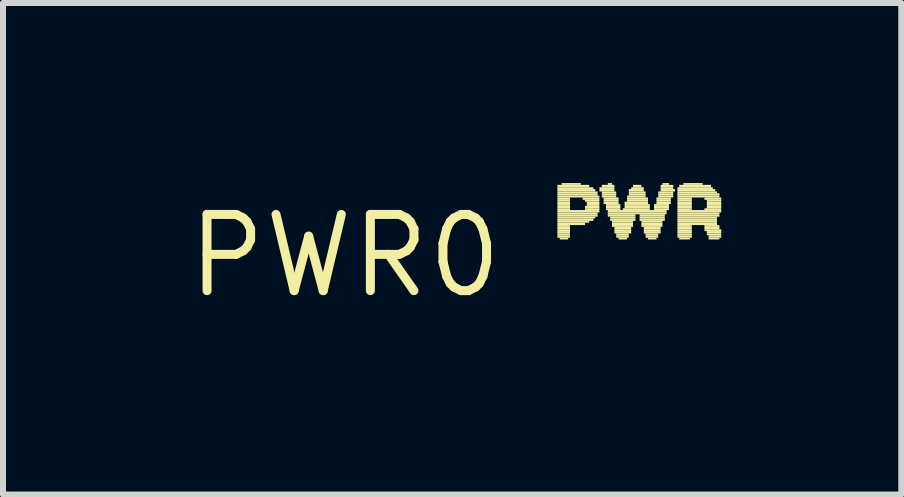
<source format=kicad_pcb>
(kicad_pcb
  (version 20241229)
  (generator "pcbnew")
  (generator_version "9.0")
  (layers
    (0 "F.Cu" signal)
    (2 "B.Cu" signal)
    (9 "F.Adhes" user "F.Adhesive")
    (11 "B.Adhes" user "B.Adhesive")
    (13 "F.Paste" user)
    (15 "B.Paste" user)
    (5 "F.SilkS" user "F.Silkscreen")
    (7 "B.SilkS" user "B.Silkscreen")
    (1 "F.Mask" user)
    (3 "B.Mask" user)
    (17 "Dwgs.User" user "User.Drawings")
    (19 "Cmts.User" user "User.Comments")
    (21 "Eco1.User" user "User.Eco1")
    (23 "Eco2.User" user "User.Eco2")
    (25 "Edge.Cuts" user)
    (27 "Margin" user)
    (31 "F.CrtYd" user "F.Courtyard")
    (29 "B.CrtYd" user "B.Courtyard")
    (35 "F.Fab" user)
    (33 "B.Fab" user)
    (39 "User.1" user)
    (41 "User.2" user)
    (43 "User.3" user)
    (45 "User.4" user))
  (footprint "PWR0"
    (layer "F.Cu")
    (at 5.397 0.47)
    (property "Reference" "PWR0" (at 0 0 0) (layer "F.SilkS") (effects (font (size 1.27 1.27) (thickness 0.15)) (justify right top)))
    (attr through_hole)
    (fp_poly (pts (xy 0.84 -0.4) (xy 1.37 -0.4) (xy 1.37 -0.44) (xy 0.84 -0.44)) (stroke (width 0) (type solid)) (fill yes) (layer "F.SilkS"))
    (fp_poly (pts (xy 0.84 -0.37) (xy 1.44 -0.37) (xy 1.44 -0.4) (xy 0.84 -0.4)) (stroke (width 0) (type solid)) (fill yes) (layer "F.SilkS"))
    (fp_poly (pts (xy 0.84 -0.33) (xy 1.47 -0.33) (xy 1.47 -0.37) (xy 0.84 -0.37)) (stroke (width 0) (type solid)) (fill yes) (layer "F.SilkS"))
    (fp_poly (pts (xy 0.84 -0.3) (xy 1.51 -0.3) (xy 1.51 -0.33) (xy 0.84 -0.33)) (stroke (width 0) (type solid)) (fill yes) (layer "F.SilkS"))
    (fp_poly (pts (xy 0.84 -0.26) (xy 1.51 -0.26) (xy 1.51 -0.3) (xy 0.84 -0.3)) (stroke (width 0) (type solid)) (fill yes) (layer "F.SilkS"))
    (fp_poly (pts (xy 0.84 -0.23) (xy 1.54 -0.23) (xy 1.54 -0.26) (xy 0.84 -0.26)) (stroke (width 0) (type solid)) (fill yes) (layer "F.SilkS"))
    (fp_poly (pts (xy 0.84 -0.19) (xy 1.05 -0.19) (xy 1.05 -0.23) (xy 0.84 -0.23)) (stroke (width 0) (type solid)) (fill yes) (layer "F.SilkS"))
    (fp_poly (pts (xy 0.84 -0.16) (xy 1.05 -0.16) (xy 1.05 -0.19) (xy 0.84 -0.19)) (stroke (width 0) (type solid)) (fill yes) (layer "F.SilkS"))
    (fp_poly (pts (xy 0.84 -0.12) (xy 1.05 -0.12) (xy 1.05 -0.16) (xy 0.84 -0.16)) (stroke (width 0) (type solid)) (fill yes) (layer "F.SilkS"))
    (fp_poly (pts (xy 0.84 -0.09) (xy 1.05 -0.09) (xy 1.05 -0.12) (xy 0.84 -0.12)) (stroke (width 0) (type solid)) (fill yes) (layer "F.SilkS"))
    (fp_poly (pts (xy 0.84 -0.05) (xy 1.05 -0.05) (xy 1.05 -0.09) (xy 0.84 -0.09)) (stroke (width 0) (type solid)) (fill yes) (layer "F.SilkS"))
    (fp_poly (pts (xy 0.84 -0.02) (xy 1.05 -0.02) (xy 1.05 -0.05) (xy 0.84 -0.05)) (stroke (width 0) (type solid)) (fill yes) (layer "F.SilkS"))
    (fp_poly (pts (xy 0.84 0.02) (xy 1.54 0.02) (xy 1.54 -0.02) (xy 0.84 -0.02)) (stroke (width 0) (type solid)) (fill yes) (layer "F.SilkS"))
    (fp_poly (pts (xy 0.84 0.05) (xy 1.51 0.05) (xy 1.51 0.02) (xy 0.84 0.02)) (stroke (width 0) (type solid)) (fill yes) (layer "F.SilkS"))
    (fp_poly (pts (xy 0.84 0.09) (xy 1.51 0.09) (xy 1.51 0.05) (xy 0.84 0.05)) (stroke (width 0) (type solid)) (fill yes) (layer "F.SilkS"))
    (fp_poly (pts (xy 0.84 0.12) (xy 1.47 0.12) (xy 1.47 0.09) (xy 0.84 0.09)) (stroke (width 0) (type solid)) (fill yes) (layer "F.SilkS"))
    (fp_poly (pts (xy 0.84 0.16) (xy 1.44 0.16) (xy 1.44 0.12) (xy 0.84 0.12)) (stroke (width 0) (type solid)) (fill yes) (layer "F.SilkS"))
    (fp_poly (pts (xy 0.84 0.19) (xy 1.37 0.19) (xy 1.37 0.16) (xy 0.84 0.16)) (stroke (width 0) (type solid)) (fill yes) (layer "F.SilkS"))
    (fp_poly (pts (xy 0.84 0.23) (xy 1.3 0.23) (xy 1.3 0.19) (xy 0.84 0.19)) (stroke (width 0) (type solid)) (fill yes) (layer "F.SilkS"))
    (fp_poly (pts (xy 0.84 0.26) (xy 1.05 0.26) (xy 1.05 0.23) (xy 0.84 0.23)) (stroke (width 0) (type solid)) (fill yes) (layer "F.SilkS"))
    (fp_poly (pts (xy 0.84 0.3) (xy 1.05 0.3) (xy 1.05 0.26) (xy 0.84 0.26)) (stroke (width 0) (type solid)) (fill yes) (layer "F.SilkS"))
    (fp_poly (pts (xy 0.84 0.33) (xy 1.05 0.33) (xy 1.05 0.3) (xy 0.84 0.3)) (stroke (width 0) (type solid)) (fill yes) (layer "F.SilkS"))
    (fp_poly (pts (xy 0.84 0.37) (xy 1.05 0.37) (xy 1.05 0.33) (xy 0.84 0.33)) (stroke (width 0) (type solid)) (fill yes) (layer "F.SilkS"))
    (fp_poly (pts (xy 0.84 0.4) (xy 1.05 0.4) (xy 1.05 0.37) (xy 0.84 0.37)) (stroke (width 0) (type solid)) (fill yes) (layer "F.SilkS"))
    (fp_poly (pts (xy 0.84 0.44) (xy 1.05 0.44) (xy 1.05 0.4) (xy 0.84 0.4)) (stroke (width 0) (type solid)) (fill yes) (layer "F.SilkS"))
    (fp_poly (pts (xy 0.88 0.47) (xy 1.02 0.47) (xy 1.02 0.44) (xy 0.88 0.44)) (stroke (width 0) (type solid)) (fill yes) (layer "F.SilkS"))
    (fp_poly (pts (xy 0.91 -0.44) (xy 1.23 -0.44) (xy 1.23 -0.47) (xy 0.91 -0.47)) (stroke (width 0) (type solid)) (fill yes) (layer "F.SilkS"))
    (fp_poly (pts (xy 1.26 -0.19) (xy 1.54 -0.19) (xy 1.54 -0.23) (xy 1.26 -0.23)) (stroke (width 0) (type solid)) (fill yes) (layer "F.SilkS"))
    (fp_poly (pts (xy 1.3 -0.16) (xy 1.54 -0.16) (xy 1.54 -0.19) (xy 1.3 -0.19)) (stroke (width 0) (type solid)) (fill yes) (layer "F.SilkS"))
    (fp_poly (pts (xy 1.3 -0.05) (xy 1.54 -0.05) (xy 1.54 -0.09) (xy 1.3 -0.09)) (stroke (width 0) (type solid)) (fill yes) (layer "F.SilkS"))
    (fp_poly (pts (xy 1.3 -0.02) (xy 1.54 -0.02) (xy 1.54 -0.05) (xy 1.3 -0.05)) (stroke (width 0) (type solid)) (fill yes) (layer "F.SilkS"))
    (fp_poly (pts (xy 1.33 -0.12) (xy 1.54 -0.12) (xy 1.54 -0.16) (xy 1.33 -0.16)) (stroke (width 0) (type solid)) (fill yes) (layer "F.SilkS"))
    (fp_poly (pts (xy 1.33 -0.09) (xy 1.54 -0.09) (xy 1.54 -0.12) (xy 1.33 -0.12)) (stroke (width 0) (type solid)) (fill yes) (layer "F.SilkS"))
    (fp_poly (pts (xy 1.54 -0.37) (xy 1.79 -0.37) (xy 1.79 -0.4) (xy 1.54 -0.4)) (stroke (width 0) (type solid)) (fill yes) (layer "F.SilkS"))
    (fp_poly (pts (xy 1.54 -0.33) (xy 1.79 -0.33) (xy 1.79 -0.37) (xy 1.54 -0.37)) (stroke (width 0) (type solid)) (fill yes) (layer "F.SilkS"))
    (fp_poly (pts (xy 1.58 -0.4) (xy 1.79 -0.4) (xy 1.79 -0.44) (xy 1.58 -0.44)) (stroke (width 0) (type solid)) (fill yes) (layer "F.SilkS"))
    (fp_poly (pts (xy 1.58 -0.3) (xy 1.82 -0.3) (xy 1.82 -0.33) (xy 1.58 -0.33)) (stroke (width 0) (type solid)) (fill yes) (layer "F.SilkS"))
    (fp_poly (pts (xy 1.58 -0.26) (xy 1.82 -0.26) (xy 1.82 -0.3) (xy 1.58 -0.3)) (stroke (width 0) (type solid)) (fill yes) (layer "F.SilkS"))
    (fp_poly (pts (xy 1.58 -0.23) (xy 1.82 -0.23) (xy 1.82 -0.26) (xy 1.58 -0.26)) (stroke (width 0) (type solid)) (fill yes) (layer "F.SilkS"))
    (fp_poly (pts (xy 1.61 -0.19) (xy 1.86 -0.19) (xy 1.86 -0.23) (xy 1.61 -0.23)) (stroke (width 0) (type solid)) (fill yes) (layer "F.SilkS"))
    (fp_poly (pts (xy 1.61 -0.16) (xy 1.86 -0.16) (xy 1.86 -0.19) (xy 1.61 -0.19)) (stroke (width 0) (type solid)) (fill yes) (layer "F.SilkS"))
    (fp_poly (pts (xy 1.61 -0.12) (xy 1.86 -0.12) (xy 1.86 -0.16) (xy 1.61 -0.16)) (stroke (width 0) (type solid)) (fill yes) (layer "F.SilkS"))
    (fp_poly (pts (xy 1.65 -0.09) (xy 1.89 -0.09) (xy 1.89 -0.12) (xy 1.65 -0.12)) (stroke (width 0) (type solid)) (fill yes) (layer "F.SilkS"))
    (fp_poly (pts (xy 1.65 -0.05) (xy 1.89 -0.05) (xy 1.89 -0.09) (xy 1.65 -0.09)) (stroke (width 0) (type solid)) (fill yes) (layer "F.SilkS"))
    (fp_poly (pts (xy 1.65 -0.02) (xy 1.89 -0.02) (xy 1.89 -0.05) (xy 1.65 -0.05)) (stroke (width 0) (type solid)) (fill yes) (layer "F.SilkS"))
    (fp_poly (pts (xy 1.68 -0.44) (xy 1.75 -0.44) (xy 1.75 -0.47) (xy 1.68 -0.47)) (stroke (width 0) (type solid)) (fill yes) (layer "F.SilkS"))
    (fp_poly (pts (xy 1.68 0.02) (xy 2.66 0.02) (xy 2.66 -0.02) (xy 1.68 -0.02)) (stroke (width 0) (type solid)) (fill yes) (layer "F.SilkS"))
    (fp_poly (pts (xy 1.68 0.05) (xy 2.66 0.05) (xy 2.66 0.02) (xy 1.68 0.02)) (stroke (width 0) (type solid)) (fill yes) (layer "F.SilkS"))
    (fp_poly (pts (xy 1.68 0.09) (xy 2.14 0.09) (xy 2.14 0.05) (xy 1.68 0.05)) (stroke (width 0) (type solid)) (fill yes) (layer "F.SilkS"))
    (fp_poly (pts (xy 1.72 0.12) (xy 2.14 0.12) (xy 2.14 0.09) (xy 1.72 0.09)) (stroke (width 0) (type solid)) (fill yes) (layer "F.SilkS"))
    (fp_poly (pts (xy 1.72 0.16) (xy 2.14 0.16) (xy 2.14 0.12) (xy 1.72 0.12)) (stroke (width 0) (type solid)) (fill yes) (layer "F.SilkS"))
    (fp_poly (pts (xy 1.75 0.19) (xy 2.1 0.19) (xy 2.1 0.16) (xy 1.75 0.16)) (stroke (width 0) (type solid)) (fill yes) (layer "F.SilkS"))
    (fp_poly (pts (xy 1.75 0.23) (xy 2.1 0.23) (xy 2.1 0.19) (xy 1.75 0.19)) (stroke (width 0) (type solid)) (fill yes) (layer "F.SilkS"))
    (fp_poly (pts (xy 1.75 0.26) (xy 2.1 0.26) (xy 2.1 0.23) (xy 1.75 0.23)) (stroke (width 0) (type solid)) (fill yes) (layer "F.SilkS"))
    (fp_poly (pts (xy 1.79 0.3) (xy 2.07 0.3) (xy 2.07 0.26) (xy 1.79 0.26)) (stroke (width 0) (type solid)) (fill yes) (layer "F.SilkS"))
    (fp_poly (pts (xy 1.79 0.33) (xy 2.07 0.33) (xy 2.07 0.3) (xy 1.79 0.3)) (stroke (width 0) (type solid)) (fill yes) (layer "F.SilkS"))
    (fp_poly (pts (xy 1.79 0.37) (xy 2.07 0.37) (xy 2.07 0.33) (xy 1.79 0.33)) (stroke (width 0) (type solid)) (fill yes) (layer "F.SilkS"))
    (fp_poly (pts (xy 1.82 0.4) (xy 2.03 0.4) (xy 2.03 0.37) (xy 1.82 0.37)) (stroke (width 0) (type solid)) (fill yes) (layer "F.SilkS"))
    (fp_poly (pts (xy 1.82 0.44) (xy 2.03 0.44) (xy 2.03 0.4) (xy 1.82 0.4)) (stroke (width 0) (type solid)) (fill yes) (layer "F.SilkS"))
    (fp_poly (pts (xy 1.86 0.47) (xy 2 0.47) (xy 2 0.44) (xy 1.86 0.44)) (stroke (width 0) (type solid)) (fill yes) (layer "F.SilkS"))
    (fp_poly (pts (xy 1.93 -0.02) (xy 2.38 -0.02) (xy 2.38 -0.05) (xy 1.93 -0.05)) (stroke (width 0) (type solid)) (fill yes) (layer "F.SilkS"))
    (fp_poly (pts (xy 1.96 -0.12) (xy 2.35 -0.12) (xy 2.35 -0.16) (xy 1.96 -0.16)) (stroke (width 0) (type solid)) (fill yes) (layer "F.SilkS"))
    (fp_poly (pts (xy 1.96 -0.09) (xy 2.38 -0.09) (xy 2.38 -0.12) (xy 1.96 -0.12)) (stroke (width 0) (type solid)) (fill yes) (layer "F.SilkS"))
    (fp_poly (pts (xy 1.96 -0.05) (xy 2.38 -0.05) (xy 2.38 -0.09) (xy 1.96 -0.09)) (stroke (width 0) (type solid)) (fill yes) (layer "F.SilkS"))
    (fp_poly (pts (xy 2 -0.23) (xy 2.31 -0.23) (xy 2.31 -0.26) (xy 2 -0.26)) (stroke (width 0) (type solid)) (fill yes) (layer "F.SilkS"))
    (fp_poly (pts (xy 2 -0.19) (xy 2.35 -0.19) (xy 2.35 -0.23) (xy 2 -0.23)) (stroke (width 0) (type solid)) (fill yes) (layer "F.SilkS"))
    (fp_poly (pts (xy 2 -0.16) (xy 2.35 -0.16) (xy 2.35 -0.19) (xy 2 -0.19)) (stroke (width 0) (type solid)) (fill yes) (layer "F.SilkS"))
    (fp_poly (pts (xy 2.03 -0.33) (xy 2.28 -0.33) (xy 2.28 -0.37) (xy 2.03 -0.37)) (stroke (width 0) (type solid)) (fill yes) (layer "F.SilkS"))
    (fp_poly (pts (xy 2.03 -0.3) (xy 2.31 -0.3) (xy 2.31 -0.33) (xy 2.03 -0.33)) (stroke (width 0) (type solid)) (fill yes) (layer "F.SilkS"))
    (fp_poly (pts (xy 2.03 -0.26) (xy 2.31 -0.26) (xy 2.31 -0.3) (xy 2.03 -0.3)) (stroke (width 0) (type solid)) (fill yes) (layer "F.SilkS"))
    (fp_poly (pts (xy 2.07 -0.37) (xy 2.28 -0.37) (xy 2.28 -0.4) (xy 2.07 -0.4)) (stroke (width 0) (type solid)) (fill yes) (layer "F.SilkS"))
    (fp_poly (pts (xy 2.1 -0.4) (xy 2.24 -0.4) (xy 2.24 -0.44) (xy 2.1 -0.44)) (stroke (width 0) (type solid)) (fill yes) (layer "F.SilkS"))
    (fp_poly (pts (xy 2.21 0.09) (xy 2.63 0.09) (xy 2.63 0.05) (xy 2.21 0.05)) (stroke (width 0) (type solid)) (fill yes) (layer "F.SilkS"))
    (fp_poly (pts (xy 2.21 0.12) (xy 2.63 0.12) (xy 2.63 0.09) (xy 2.21 0.09)) (stroke (width 0) (type solid)) (fill yes) (layer "F.SilkS"))
    (fp_poly (pts (xy 2.21 0.16) (xy 2.63 0.16) (xy 2.63 0.12) (xy 2.21 0.12)) (stroke (width 0) (type solid)) (fill yes) (layer "F.SilkS"))
    (fp_poly (pts (xy 2.24 0.19) (xy 2.59 0.19) (xy 2.59 0.16) (xy 2.24 0.16)) (stroke (width 0) (type solid)) (fill yes) (layer "F.SilkS"))
    (fp_poly (pts (xy 2.24 0.23) (xy 2.59 0.23) (xy 2.59 0.19) (xy 2.24 0.19)) (stroke (width 0) (type solid)) (fill yes) (layer "F.SilkS"))
    (fp_poly (pts (xy 2.24 0.26) (xy 2.59 0.26) (xy 2.59 0.23) (xy 2.24 0.23)) (stroke (width 0) (type solid)) (fill yes) (layer "F.SilkS"))
    (fp_poly (pts (xy 2.28 0.3) (xy 2.56 0.3) (xy 2.56 0.26) (xy 2.28 0.26)) (stroke (width 0) (type solid)) (fill yes) (layer "F.SilkS"))
    (fp_poly (pts (xy 2.28 0.33) (xy 2.56 0.33) (xy 2.56 0.3) (xy 2.28 0.3)) (stroke (width 0) (type solid)) (fill yes) (layer "F.SilkS"))
    (fp_poly (pts (xy 2.28 0.37) (xy 2.56 0.37) (xy 2.56 0.33) (xy 2.28 0.33)) (stroke (width 0) (type solid)) (fill yes) (layer "F.SilkS"))
    (fp_poly (pts (xy 2.31 0.4) (xy 2.52 0.4) (xy 2.52 0.37) (xy 2.31 0.37)) (stroke (width 0) (type solid)) (fill yes) (layer "F.SilkS"))
    (fp_poly (pts (xy 2.31 0.44) (xy 2.52 0.44) (xy 2.52 0.4) (xy 2.31 0.4)) (stroke (width 0) (type solid)) (fill yes) (layer "F.SilkS"))
    (fp_poly (pts (xy 2.35 0.47) (xy 2.49 0.47) (xy 2.49 0.44) (xy 2.35 0.44)) (stroke (width 0) (type solid)) (fill yes) (layer "F.SilkS"))
    (fp_poly (pts (xy 2.45 -0.09) (xy 2.7 -0.09) (xy 2.7 -0.12) (xy 2.45 -0.12)) (stroke (width 0) (type solid)) (fill yes) (layer "F.SilkS"))
    (fp_poly (pts (xy 2.45 -0.05) (xy 2.7 -0.05) (xy 2.7 -0.09) (xy 2.45 -0.09)) (stroke (width 0) (type solid)) (fill yes) (layer "F.SilkS"))
    (fp_poly (pts (xy 2.45 -0.02) (xy 2.7 -0.02) (xy 2.7 -0.05) (xy 2.45 -0.05)) (stroke (width 0) (type solid)) (fill yes) (layer "F.SilkS"))
    (fp_poly (pts (xy 2.49 -0.19) (xy 2.73 -0.19) (xy 2.73 -0.23) (xy 2.49 -0.23)) (stroke (width 0) (type solid)) (fill yes) (layer "F.SilkS"))
    (fp_poly (pts (xy 2.49 -0.16) (xy 2.73 -0.16) (xy 2.73 -0.19) (xy 2.49 -0.19)) (stroke (width 0) (type solid)) (fill yes) (layer "F.SilkS"))
    (fp_poly (pts (xy 2.49 -0.12) (xy 2.73 -0.12) (xy 2.73 -0.16) (xy 2.49 -0.16)) (stroke (width 0) (type solid)) (fill yes) (layer "F.SilkS"))
    (fp_poly (pts (xy 2.52 -0.3) (xy 2.77 -0.3) (xy 2.77 -0.33) (xy 2.52 -0.33)) (stroke (width 0) (type solid)) (fill yes) (layer "F.SilkS"))
    (fp_poly (pts (xy 2.52 -0.26) (xy 2.77 -0.26) (xy 2.77 -0.3) (xy 2.52 -0.3)) (stroke (width 0) (type solid)) (fill yes) (layer "F.SilkS"))
    (fp_poly (pts (xy 2.52 -0.23) (xy 2.77 -0.23) (xy 2.77 -0.26) (xy 2.52 -0.26)) (stroke (width 0) (type solid)) (fill yes) (layer "F.SilkS"))
    (fp_poly (pts (xy 2.56 -0.4) (xy 2.77 -0.4) (xy 2.77 -0.44) (xy 2.56 -0.44)) (stroke (width 0) (type solid)) (fill yes) (layer "F.SilkS"))
    (fp_poly (pts (xy 2.56 -0.37) (xy 2.77 -0.37) (xy 2.77 -0.4) (xy 2.56 -0.4)) (stroke (width 0) (type solid)) (fill yes) (layer "F.SilkS"))
    (fp_poly (pts (xy 2.56 -0.33) (xy 2.8 -0.33) (xy 2.8 -0.37) (xy 2.56 -0.37)) (stroke (width 0) (type solid)) (fill yes) (layer "F.SilkS"))
    (fp_poly (pts (xy 2.59 -0.44) (xy 2.7 -0.44) (xy 2.7 -0.47) (xy 2.59 -0.47)) (stroke (width 0) (type solid)) (fill yes) (layer "F.SilkS"))
    (fp_poly (pts (xy 2.84 -0.37) (xy 3.43 -0.37) (xy 3.43 -0.4) (xy 2.84 -0.4)) (stroke (width 0) (type solid)) (fill yes) (layer "F.SilkS"))
    (fp_poly (pts (xy 2.84 -0.33) (xy 3.47 -0.33) (xy 3.47 -0.37) (xy 2.84 -0.37)) (stroke (width 0) (type solid)) (fill yes) (layer "F.SilkS"))
    (fp_poly (pts (xy 2.84 -0.3) (xy 3.5 -0.3) (xy 3.5 -0.33) (xy 2.84 -0.33)) (stroke (width 0) (type solid)) (fill yes) (layer "F.SilkS"))
    (fp_poly (pts (xy 2.84 -0.26) (xy 3.54 -0.26) (xy 3.54 -0.3) (xy 2.84 -0.3)) (stroke (width 0) (type solid)) (fill yes) (layer "F.SilkS"))
    (fp_poly (pts (xy 2.84 -0.23) (xy 3.54 -0.23) (xy 3.54 -0.26) (xy 2.84 -0.26)) (stroke (width 0) (type solid)) (fill yes) (layer "F.SilkS"))
    (fp_poly (pts (xy 2.84 -0.19) (xy 3.08 -0.19) (xy 3.08 -0.23) (xy 2.84 -0.23)) (stroke (width 0) (type solid)) (fill yes) (layer "F.SilkS"))
    (fp_poly (pts (xy 2.84 -0.16) (xy 3.08 -0.16) (xy 3.08 -0.19) (xy 2.84 -0.19)) (stroke (width 0) (type solid)) (fill yes) (layer "F.SilkS"))
    (fp_poly (pts (xy 2.84 -0.12) (xy 3.08 -0.12) (xy 3.08 -0.16) (xy 2.84 -0.16)) (stroke (width 0) (type solid)) (fill yes) (layer "F.SilkS"))
    (fp_poly (pts (xy 2.84 -0.09) (xy 3.08 -0.09) (xy 3.08 -0.12) (xy 2.84 -0.12)) (stroke (width 0) (type solid)) (fill yes) (layer "F.SilkS"))
    (fp_poly (pts (xy 2.84 -0.05) (xy 3.08 -0.05) (xy 3.08 -0.09) (xy 2.84 -0.09)) (stroke (width 0) (type solid)) (fill yes) (layer "F.SilkS"))
    (fp_poly (pts (xy 2.84 -0.02) (xy 3.08 -0.02) (xy 3.08 -0.05) (xy 2.84 -0.05)) (stroke (width 0) (type solid)) (fill yes) (layer "F.SilkS"))
    (fp_poly (pts (xy 2.84 0.02) (xy 3.57 0.02) (xy 3.57 -0.02) (xy 2.84 -0.02)) (stroke (width 0) (type solid)) (fill yes) (layer "F.SilkS"))
    (fp_poly (pts (xy 2.84 0.05) (xy 3.54 0.05) (xy 3.54 0.02) (xy 2.84 0.02)) (stroke (width 0) (type solid)) (fill yes) (layer "F.SilkS"))
    (fp_poly (pts (xy 2.84 0.09) (xy 3.54 0.09) (xy 3.54 0.05) (xy 2.84 0.05)) (stroke (width 0) (type solid)) (fill yes) (layer "F.SilkS"))
    (fp_poly (pts (xy 2.84 0.12) (xy 3.5 0.12) (xy 3.5 0.09) (xy 2.84 0.09)) (stroke (width 0) (type solid)) (fill yes) (layer "F.SilkS"))
    (fp_poly (pts (xy 2.84 0.16) (xy 3.5 0.16) (xy 3.5 0.12) (xy 2.84 0.12)) (stroke (width 0) (type solid)) (fill yes) (layer "F.SilkS"))
    (fp_poly (pts (xy 2.84 0.19) (xy 3.5 0.19) (xy 3.5 0.16) (xy 2.84 0.16)) (stroke (width 0) (type solid)) (fill yes) (layer "F.SilkS"))
    (fp_poly (pts (xy 2.84 0.23) (xy 3.5 0.23) (xy 3.5 0.19) (xy 2.84 0.19)) (stroke (width 0) (type solid)) (fill yes) (layer "F.SilkS"))
    (fp_poly (pts (xy 2.84 0.26) (xy 3.08 0.26) (xy 3.08 0.23) (xy 2.84 0.23)) (stroke (width 0) (type solid)) (fill yes) (layer "F.SilkS"))
    (fp_poly (pts (xy 2.84 0.3) (xy 3.08 0.3) (xy 3.08 0.26) (xy 2.84 0.26)) (stroke (width 0) (type solid)) (fill yes) (layer "F.SilkS"))
    (fp_poly (pts (xy 2.84 0.33) (xy 3.08 0.33) (xy 3.08 0.3) (xy 2.84 0.3)) (stroke (width 0) (type solid)) (fill yes) (layer "F.SilkS"))
    (fp_poly (pts (xy 2.84 0.37) (xy 3.08 0.37) (xy 3.08 0.33) (xy 2.84 0.33)) (stroke (width 0) (type solid)) (fill yes) (layer "F.SilkS"))
    (fp_poly (pts (xy 2.84 0.4) (xy 3.08 0.4) (xy 3.08 0.37) (xy 2.84 0.37)) (stroke (width 0) (type solid)) (fill yes) (layer "F.SilkS"))
    (fp_poly (pts (xy 2.84 0.44) (xy 3.08 0.44) (xy 3.08 0.4) (xy 2.84 0.4)) (stroke (width 0) (type solid)) (fill yes) (layer "F.SilkS"))
    (fp_poly (pts (xy 2.87 -0.4) (xy 3.4 -0.4) (xy 3.4 -0.44) (xy 2.87 -0.44)) (stroke (width 0) (type solid)) (fill yes) (layer "F.SilkS"))
    (fp_poly (pts (xy 2.87 0.47) (xy 3.05 0.47) (xy 3.05 0.44) (xy 2.87 0.44)) (stroke (width 0) (type solid)) (fill yes) (layer "F.SilkS"))
    (fp_poly (pts (xy 2.94 -0.44) (xy 3.26 -0.44) (xy 3.26 -0.47) (xy 2.94 -0.47)) (stroke (width 0) (type solid)) (fill yes) (layer "F.SilkS"))
    (fp_poly (pts (xy 3.29 -0.19) (xy 3.57 -0.19) (xy 3.57 -0.23) (xy 3.29 -0.23)) (stroke (width 0) (type solid)) (fill yes) (layer "F.SilkS"))
    (fp_poly (pts (xy 3.29 -0.02) (xy 3.57 -0.02) (xy 3.57 -0.05) (xy 3.29 -0.05)) (stroke (width 0) (type solid)) (fill yes) (layer "F.SilkS"))
    (fp_poly (pts (xy 3.29 0.26) (xy 3.54 0.26) (xy 3.54 0.23) (xy 3.29 0.23)) (stroke (width 0) (type solid)) (fill yes) (layer "F.SilkS"))
    (fp_poly (pts (xy 3.29 0.3) (xy 3.54 0.3) (xy 3.54 0.26) (xy 3.29 0.26)) (stroke (width 0) (type solid)) (fill yes) (layer "F.SilkS"))
    (fp_poly (pts (xy 3.29 0.33) (xy 3.57 0.33) (xy 3.57 0.3) (xy 3.29 0.3)) (stroke (width 0) (type solid)) (fill yes) (layer "F.SilkS"))
    (fp_poly (pts (xy 3.33 -0.16) (xy 3.57 -0.16) (xy 3.57 -0.19) (xy 3.33 -0.19)) (stroke (width 0) (type solid)) (fill yes) (layer "F.SilkS"))
    (fp_poly (pts (xy 3.33 -0.12) (xy 3.57 -0.12) (xy 3.57 -0.16) (xy 3.33 -0.16)) (stroke (width 0) (type solid)) (fill yes) (layer "F.SilkS"))
    (fp_poly (pts (xy 3.33 -0.09) (xy 3.57 -0.09) (xy 3.57 -0.12) (xy 3.33 -0.12)) (stroke (width 0) (type solid)) (fill yes) (layer "F.SilkS"))
    (fp_poly (pts (xy 3.33 -0.05) (xy 3.57 -0.05) (xy 3.57 -0.09) (xy 3.33 -0.09)) (stroke (width 0) (type solid)) (fill yes) (layer "F.SilkS"))
    (fp_poly (pts (xy 3.33 0.37) (xy 3.57 0.37) (xy 3.57 0.33) (xy 3.33 0.33)) (stroke (width 0) (type solid)) (fill yes) (layer "F.SilkS"))
    (fp_poly (pts (xy 3.33 0.4) (xy 3.57 0.4) (xy 3.57 0.37) (xy 3.33 0.37)) (stroke (width 0) (type solid)) (fill yes) (layer "F.SilkS"))
    (fp_poly (pts (xy 3.36 0.44) (xy 3.57 0.44) (xy 3.57 0.4) (xy 3.36 0.4)) (stroke (width 0) (type solid)) (fill yes) (layer "F.SilkS"))
    (fp_poly (pts (xy 3.36 0.47) (xy 3.54 0.47) (xy 3.54 0.44) (xy 3.36 0.44)) (stroke (width 0) (type solid)) (fill yes) (layer "F.SilkS")))
  (gr_rect
    (start -3 -3)
    (end 11.967 5.19)
    (stroke (width 0.1) (type default))
    (fill no)
    (layer "Edge.Cuts")))
</source>
